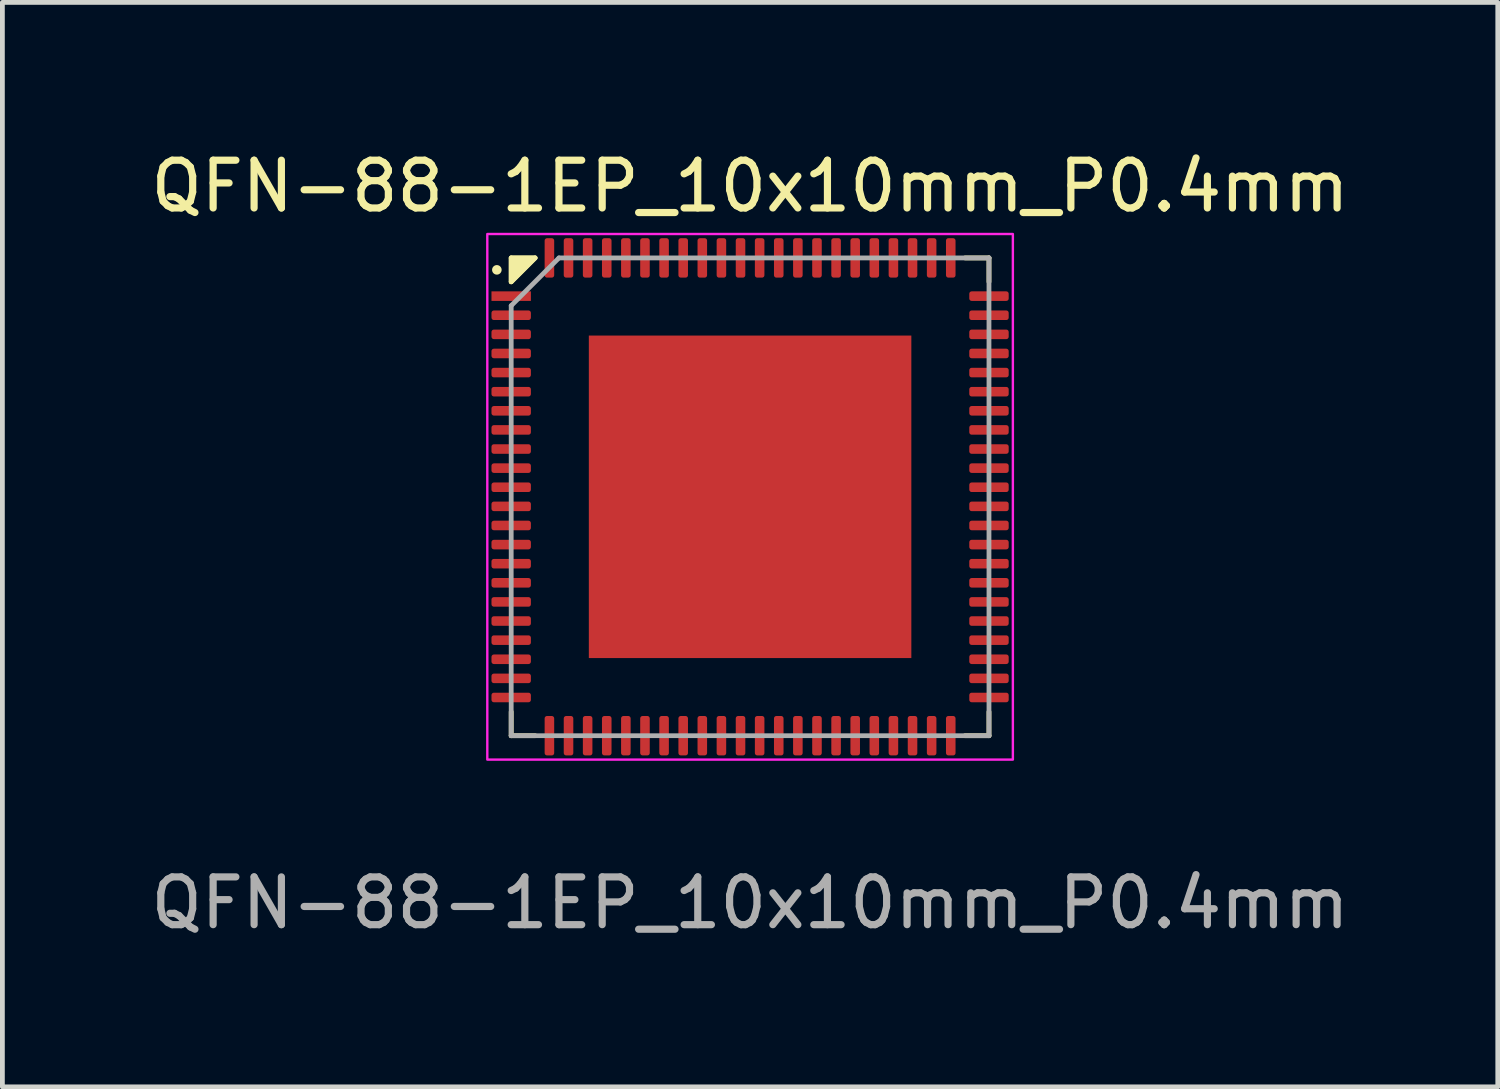
<source format=kicad_pcb>
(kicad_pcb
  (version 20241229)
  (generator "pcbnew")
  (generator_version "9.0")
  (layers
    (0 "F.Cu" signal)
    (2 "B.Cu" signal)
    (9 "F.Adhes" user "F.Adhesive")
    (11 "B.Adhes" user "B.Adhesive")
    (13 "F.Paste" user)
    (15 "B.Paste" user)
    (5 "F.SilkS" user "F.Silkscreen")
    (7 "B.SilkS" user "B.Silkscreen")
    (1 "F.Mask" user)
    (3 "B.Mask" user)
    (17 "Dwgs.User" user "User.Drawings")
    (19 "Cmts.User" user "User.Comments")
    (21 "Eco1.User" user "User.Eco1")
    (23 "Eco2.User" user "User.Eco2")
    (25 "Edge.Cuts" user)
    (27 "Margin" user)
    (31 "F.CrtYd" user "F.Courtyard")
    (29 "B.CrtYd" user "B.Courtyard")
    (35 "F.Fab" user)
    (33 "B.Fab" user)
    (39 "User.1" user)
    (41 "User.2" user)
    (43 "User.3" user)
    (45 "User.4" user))
  (footprint "QFN-88-1EP_10x10mm_P0.4mm"
    (layer "F.Cu")
    (at 12.649 7.348)
    (property "Reference" "QFN-88-1EP_10x10mm_P0.4mm" (at 0 -6.5 0) (unlocked yes) (layer "F.SilkS") (effects (font (size 1 1) (thickness 0.15))))
    (attr smd)
    (fp_line (start -5 -5) (end -4.5 -5) (stroke (width 0.1) (type default)) (layer "F.SilkS"))
    (fp_line (start -5 -4.5) (end -5 -5) (stroke (width 0.1) (type default)) (layer "F.SilkS"))
    (fp_line (start -5 -4.5) (end -4.5 -5) (stroke (width 0.1) (type solid)) (layer "F.SilkS"))
    (fp_line (start -5 5) (end -5 4.5) (stroke (width 0.1) (type default)) (layer "F.SilkS"))
    (fp_line (start -4.5 5) (end -5 5) (stroke (width 0.1) (type default)) (layer "F.SilkS"))
    (fp_line (start 4.5 -5) (end 5 -5) (stroke (width 0.1) (type default)) (layer "F.SilkS"))
    (fp_line (start 4.5 5) (end 5 5) (stroke (width 0.1) (type default)) (layer "F.SilkS"))
    (fp_line (start 5 -5) (end 5 -4.5) (stroke (width 0.1) (type default)) (layer "F.SilkS"))
    (fp_line (start 5 5) (end 5 4.5) (stroke (width 0.1) (type default)) (layer "F.SilkS"))
    (fp_circle (center -5.3 -4.75) (end -5.2 -4.75) (stroke (width 0) (type solid)) (fill yes) (layer "F.SilkS"))
    (fp_poly (pts (xy -5 -5) (xy -5 -4.5) (xy -4.5 -5)) (stroke (width 0.1) (type solid)) (fill yes) (layer "F.SilkS"))
    (fp_rect (start -5.5 -5.5) (end 5.5 5.5) (stroke (width 0.05) (type default)) (fill no) (layer "F.CrtYd"))
    (fp_line (start -5 -4) (end -4 -5) (stroke (width 0.1) (type default)) (layer "F.Fab"))
    (fp_line (start -5 5) (end -5 -4) (stroke (width 0.1) (type default)) (layer "F.Fab"))
    (fp_line (start -4 -5) (end 5 -5) (stroke (width 0.1) (type default)) (layer "F.Fab"))
    (fp_line (start 5 -5) (end 5 5) (stroke (width 0.1) (type default)) (layer "F.Fab"))
    (fp_line (start 5 5) (end -5 5) (stroke (width 0.1) (type default)) (layer "F.Fab"))
    (fp_text user "${REFERENCE}" (at 0 8.5 0) (unlocked yes) (layer "F.Fab") (effects (font (size 1 1) (thickness 0.15))))
    (pad "1" smd rect (at -5 -4.2) (size 0.825 0.2) (layers "F.Cu" "F.Mask" "F.Paste"))
    (pad "2" smd roundrect (at -5 -3.8) (size 0.825 0.2) (layers "F.Cu" "F.Mask" "F.Paste") (roundrect_rratio 0.25))
    (pad "3" smd roundrect (at -5 -3.4) (size 0.825 0.2) (layers "F.Cu" "F.Mask" "F.Paste") (roundrect_rratio 0.25))
    (pad "4" smd roundrect (at -5 -3) (size 0.825 0.2) (layers "F.Cu" "F.Mask" "F.Paste") (roundrect_rratio 0.25))
    (pad "5" smd roundrect (at -5 -2.6) (size 0.825 0.2) (layers "F.Cu" "F.Mask" "F.Paste") (roundrect_rratio 0.25))
    (pad "6" smd roundrect (at -5 -2.2) (size 0.825 0.2) (layers "F.Cu" "F.Mask" "F.Paste") (roundrect_rratio 0.25))
    (pad "7" smd roundrect (at -5 -1.8) (size 0.825 0.2) (layers "F.Cu" "F.Mask" "F.Paste") (roundrect_rratio 0.25))
    (pad "8" smd roundrect (at -5 -1.4) (size 0.825 0.2) (layers "F.Cu" "F.Mask" "F.Paste") (roundrect_rratio 0.25))
    (pad "9" smd roundrect (at -5 -1) (size 0.825 0.2) (layers "F.Cu" "F.Mask" "F.Paste") (roundrect_rratio 0.25))
    (pad "10" smd roundrect (at -5 -0.6) (size 0.825 0.2) (layers "F.Cu" "F.Mask" "F.Paste") (roundrect_rratio 0.25))
    (pad "11" smd roundrect (at -5 -0.2) (size 0.825 0.2) (layers "F.Cu" "F.Mask" "F.Paste") (roundrect_rratio 0.25))
    (pad "12" smd roundrect (at -5 0.2) (size 0.825 0.2) (layers "F.Cu" "F.Mask" "F.Paste") (roundrect_rratio 0.25))
    (pad "13" smd roundrect (at -5 0.6) (size 0.825 0.2) (layers "F.Cu" "F.Mask" "F.Paste") (roundrect_rratio 0.25))
    (pad "14" smd roundrect (at -5 1) (size 0.825 0.2) (layers "F.Cu" "F.Mask" "F.Paste") (roundrect_rratio 0.25))
    (pad "15" smd roundrect (at -5 1.4) (size 0.825 0.2) (layers "F.Cu" "F.Mask" "F.Paste") (roundrect_rratio 0.25))
    (pad "16" smd roundrect (at -5 1.8) (size 0.825 0.2) (layers "F.Cu" "F.Mask" "F.Paste") (roundrect_rratio 0.25))
    (pad "17" smd roundrect (at -5 2.2) (size 0.825 0.2) (layers "F.Cu" "F.Mask" "F.Paste") (roundrect_rratio 0.25))
    (pad "18" smd roundrect (at -5 2.6) (size 0.825 0.2) (layers "F.Cu" "F.Mask" "F.Paste") (roundrect_rratio 0.25))
    (pad "19" smd roundrect (at -5 3) (size 0.825 0.2) (layers "F.Cu" "F.Mask" "F.Paste") (roundrect_rratio 0.25))
    (pad "20" smd roundrect (at -5 3.4) (size 0.825 0.2) (layers "F.Cu" "F.Mask" "F.Paste") (roundrect_rratio 0.25))
    (pad "21" smd roundrect (at -5 3.8) (size 0.825 0.2) (layers "F.Cu" "F.Mask" "F.Paste") (roundrect_rratio 0.25))
    (pad "22" smd roundrect (at -5 4.2) (size 0.825 0.2) (layers "F.Cu" "F.Mask" "F.Paste") (roundrect_rratio 0.25))
    (pad "23" smd roundrect (at -4.2 5 90) (size 0.825 0.2) (layers "F.Cu" "F.Mask" "F.Paste") (roundrect_rratio 0.25))
    (pad "24" smd roundrect (at -3.8 5 90) (size 0.825 0.2) (layers "F.Cu" "F.Mask" "F.Paste") (roundrect_rratio 0.25))
    (pad "25" smd roundrect (at -3.4 5 90) (size 0.825 0.2) (layers "F.Cu" "F.Mask" "F.Paste") (roundrect_rratio 0.25))
    (pad "26" smd roundrect (at -3 5 90) (size 0.825 0.2) (layers "F.Cu" "F.Mask" "F.Paste") (roundrect_rratio 0.25))
    (pad "27" smd roundrect (at -2.6 5 90) (size 0.825 0.2) (layers "F.Cu" "F.Mask" "F.Paste") (roundrect_rratio 0.25))
    (pad "28" smd roundrect (at -2.2 5 90) (size 0.825 0.2) (layers "F.Cu" "F.Mask" "F.Paste") (roundrect_rratio 0.25))
    (pad "29" smd roundrect (at -1.8 5 90) (size 0.825 0.2) (layers "F.Cu" "F.Mask" "F.Paste") (roundrect_rratio 0.25))
    (pad "30" smd roundrect (at -1.4 5 90) (size 0.825 0.2) (layers "F.Cu" "F.Mask" "F.Paste") (roundrect_rratio 0.25))
    (pad "31" smd roundrect (at -1 5 90) (size 0.825 0.2) (layers "F.Cu" "F.Mask" "F.Paste") (roundrect_rratio 0.25))
    (pad "32" smd roundrect (at -0.6 5 90) (size 0.825 0.2) (layers "F.Cu" "F.Mask" "F.Paste") (roundrect_rratio 0.25))
    (pad "33" smd roundrect (at -0.2 5 90) (size 0.825 0.2) (layers "F.Cu" "F.Mask" "F.Paste") (roundrect_rratio 0.25))
    (pad "34" smd roundrect (at 0.2 5 90) (size 0.825 0.2) (layers "F.Cu" "F.Mask" "F.Paste") (roundrect_rratio 0.25))
    (pad "35" smd roundrect (at 0.6 5 90) (size 0.825 0.2) (layers "F.Cu" "F.Mask" "F.Paste") (roundrect_rratio 0.25))
    (pad "36" smd roundrect (at 1 5 90) (size 0.825 0.2) (layers "F.Cu" "F.Mask" "F.Paste") (roundrect_rratio 0.25))
    (pad "37" smd roundrect (at 1.4 5 90) (size 0.825 0.2) (layers "F.Cu" "F.Mask" "F.Paste") (roundrect_rratio 0.25))
    (pad "38" smd roundrect (at 1.8 5 90) (size 0.825 0.2) (layers "F.Cu" "F.Mask" "F.Paste") (roundrect_rratio 0.25))
    (pad "39" smd roundrect (at 2.2 5 90) (size 0.825 0.2) (layers "F.Cu" "F.Mask" "F.Paste") (roundrect_rratio 0.25))
    (pad "40" smd roundrect (at 2.6 5 90) (size 0.825 0.2) (layers "F.Cu" "F.Mask" "F.Paste") (roundrect_rratio 0.25))
    (pad "41" smd roundrect (at 3 5 90) (size 0.825 0.2) (layers "F.Cu" "F.Mask" "F.Paste") (roundrect_rratio 0.25))
    (pad "42" smd roundrect (at 3.4 5 90) (size 0.825 0.2) (layers "F.Cu" "F.Mask" "F.Paste") (roundrect_rratio 0.25))
    (pad "43" smd roundrect (at 3.8 5 90) (size 0.825 0.2) (layers "F.Cu" "F.Mask" "F.Paste") (roundrect_rratio 0.25))
    (pad "44" smd roundrect (at 4.2 5 90) (size 0.825 0.2) (layers "F.Cu" "F.Mask" "F.Paste") (roundrect_rratio 0.25))
    (pad "45" smd roundrect (at 5 4.2) (size 0.825 0.2) (layers "F.Cu" "F.Mask" "F.Paste") (roundrect_rratio 0.25))
    (pad "46" smd roundrect (at 5 3.8) (size 0.825 0.2) (layers "F.Cu" "F.Mask" "F.Paste") (roundrect_rratio 0.25))
    (pad "47" smd roundrect (at 5 3.4) (size 0.825 0.2) (layers "F.Cu" "F.Mask" "F.Paste") (roundrect_rratio 0.25))
    (pad "48" smd roundrect (at 5 3) (size 0.825 0.2) (layers "F.Cu" "F.Mask" "F.Paste") (roundrect_rratio 0.25))
    (pad "49" smd roundrect (at 5 2.6) (size 0.825 0.2) (layers "F.Cu" "F.Mask" "F.Paste") (roundrect_rratio 0.25))
    (pad "50" smd roundrect (at 5 2.2) (size 0.825 0.2) (layers "F.Cu" "F.Mask" "F.Paste") (roundrect_rratio 0.25))
    (pad "51" smd roundrect (at 5 1.8) (size 0.825 0.2) (layers "F.Cu" "F.Mask" "F.Paste") (roundrect_rratio 0.25))
    (pad "52" smd roundrect (at 5 1.4) (size 0.825 0.2) (layers "F.Cu" "F.Mask" "F.Paste") (roundrect_rratio 0.25))
    (pad "53" smd roundrect (at 5 1) (size 0.825 0.2) (layers "F.Cu" "F.Mask" "F.Paste") (roundrect_rratio 0.25))
    (pad "54" smd roundrect (at 5 0.6) (size 0.825 0.2) (layers "F.Cu" "F.Mask" "F.Paste") (roundrect_rratio 0.25))
    (pad "55" smd roundrect (at 5 0.2) (size 0.825 0.2) (layers "F.Cu" "F.Mask" "F.Paste") (roundrect_rratio 0.25))
    (pad "56" smd roundrect (at 5 -0.2) (size 0.825 0.2) (layers "F.Cu" "F.Mask" "F.Paste") (roundrect_rratio 0.25))
    (pad "57" smd roundrect (at 5 -0.6) (size 0.825 0.2) (layers "F.Cu" "F.Mask" "F.Paste") (roundrect_rratio 0.25))
    (pad "58" smd roundrect (at 5 -1) (size 0.825 0.2) (layers "F.Cu" "F.Mask" "F.Paste") (roundrect_rratio 0.25))
    (pad "59" smd roundrect (at 5 -1.4) (size 0.825 0.2) (layers "F.Cu" "F.Mask" "F.Paste") (roundrect_rratio 0.25))
    (pad "60" smd roundrect (at 5 -1.8) (size 0.825 0.2) (layers "F.Cu" "F.Mask" "F.Paste") (roundrect_rratio 0.25))
    (pad "61" smd roundrect (at 5 -2.2) (size 0.825 0.2) (layers "F.Cu" "F.Mask" "F.Paste") (roundrect_rratio 0.25))
    (pad "62" smd roundrect (at 5 -2.6) (size 0.825 0.2) (layers "F.Cu" "F.Mask" "F.Paste") (roundrect_rratio 0.25))
    (pad "63" smd roundrect (at 5 -3) (size 0.825 0.2) (layers "F.Cu" "F.Mask" "F.Paste") (roundrect_rratio 0.25))
    (pad "64" smd roundrect (at 5 -3.4) (size 0.825 0.2) (layers "F.Cu" "F.Mask" "F.Paste") (roundrect_rratio 0.25))
    (pad "65" smd roundrect (at 5 -3.8) (size 0.825 0.2) (layers "F.Cu" "F.Mask" "F.Paste") (roundrect_rratio 0.25))
    (pad "66" smd roundrect (at 5 -4.2) (size 0.825 0.2) (layers "F.Cu" "F.Mask" "F.Paste") (roundrect_rratio 0.25))
    (pad "67" smd roundrect (at 4.2 -5 90) (size 0.825 0.2) (layers "F.Cu" "F.Mask" "F.Paste") (roundrect_rratio 0.25))
    (pad "68" smd roundrect (at 3.8 -5 90) (size 0.825 0.2) (layers "F.Cu" "F.Mask" "F.Paste") (roundrect_rratio 0.25))
    (pad "69" smd roundrect (at 3.4 -5 90) (size 0.825 0.2) (layers "F.Cu" "F.Mask" "F.Paste") (roundrect_rratio 0.25))
    (pad "70" smd roundrect (at 3 -5 90) (size 0.825 0.2) (layers "F.Cu" "F.Mask" "F.Paste") (roundrect_rratio 0.25))
    (pad "71" smd roundrect (at 2.6 -5 90) (size 0.825 0.2) (layers "F.Cu" "F.Mask" "F.Paste") (roundrect_rratio 0.25))
    (pad "72" smd roundrect (at 2.2 -5 90) (size 0.825 0.2) (layers "F.Cu" "F.Mask" "F.Paste") (roundrect_rratio 0.25))
    (pad "73" smd roundrect (at 1.8 -5 90) (size 0.825 0.2) (layers "F.Cu" "F.Mask" "F.Paste") (roundrect_rratio 0.25))
    (pad "74" smd roundrect (at 1.4 -5 90) (size 0.825 0.2) (layers "F.Cu" "F.Mask" "F.Paste") (roundrect_rratio 0.25))
    (pad "75" smd roundrect (at 1 -5 90) (size 0.825 0.2) (layers "F.Cu" "F.Mask" "F.Paste") (roundrect_rratio 0.25))
    (pad "76" smd roundrect (at 0.6 -5 90) (size 0.825 0.2) (layers "F.Cu" "F.Mask" "F.Paste") (roundrect_rratio 0.25))
    (pad "77" smd roundrect (at 0.2 -5 90) (size 0.825 0.2) (layers "F.Cu" "F.Mask" "F.Paste") (roundrect_rratio 0.25))
    (pad "78" smd roundrect (at -0.2 -5 90) (size 0.825 0.2) (layers "F.Cu" "F.Mask" "F.Paste") (roundrect_rratio 0.25))
    (pad "79" smd roundrect (at -0.6 -5 90) (size 0.825 0.2) (layers "F.Cu" "F.Mask" "F.Paste") (roundrect_rratio 0.25))
    (pad "80" smd roundrect (at -1 -5 90) (size 0.825 0.2) (layers "F.Cu" "F.Mask" "F.Paste") (roundrect_rratio 0.25))
    (pad "81" smd roundrect (at -1.4 -5 90) (size 0.825 0.2) (layers "F.Cu" "F.Mask" "F.Paste") (roundrect_rratio 0.25))
    (pad "82" smd roundrect (at -1.8 -5 90) (size 0.825 0.2) (layers "F.Cu" "F.Mask" "F.Paste") (roundrect_rratio 0.25))
    (pad "83" smd roundrect (at -2.2 -5 90) (size 0.825 0.2) (layers "F.Cu" "F.Mask" "F.Paste") (roundrect_rratio 0.25))
    (pad "84" smd roundrect (at -2.6 -5 90) (size 0.825 0.2) (layers "F.Cu" "F.Mask" "F.Paste") (roundrect_rratio 0.25))
    (pad "85" smd roundrect (at -3 -5 90) (size 0.825 0.2) (layers "F.Cu" "F.Mask" "F.Paste") (roundrect_rratio 0.25))
    (pad "86" smd roundrect (at -3.4 -5 90) (size 0.825 0.2) (layers "F.Cu" "F.Mask" "F.Paste") (roundrect_rratio 0.25))
    (pad "87" smd roundrect (at -3.8 -5 90) (size 0.825 0.2) (layers "F.Cu" "F.Mask" "F.Paste") (roundrect_rratio 0.25))
    (pad "88" smd roundrect (at -4.2 -5 90) (size 0.825 0.2) (layers "F.Cu" "F.Mask" "F.Paste") (roundrect_rratio 0.25))
    (pad "89" smd rect (at 0 0 90) (size 6.75 6.75) (layers "F.Cu" "F.Mask" "F.Paste")))
  (gr_rect
    (start -3 -3)
    (end 28.298 19.697)
    (stroke (width 0.1) (type default))
    (fill no)
    (layer "Edge.Cuts")))
</source>
